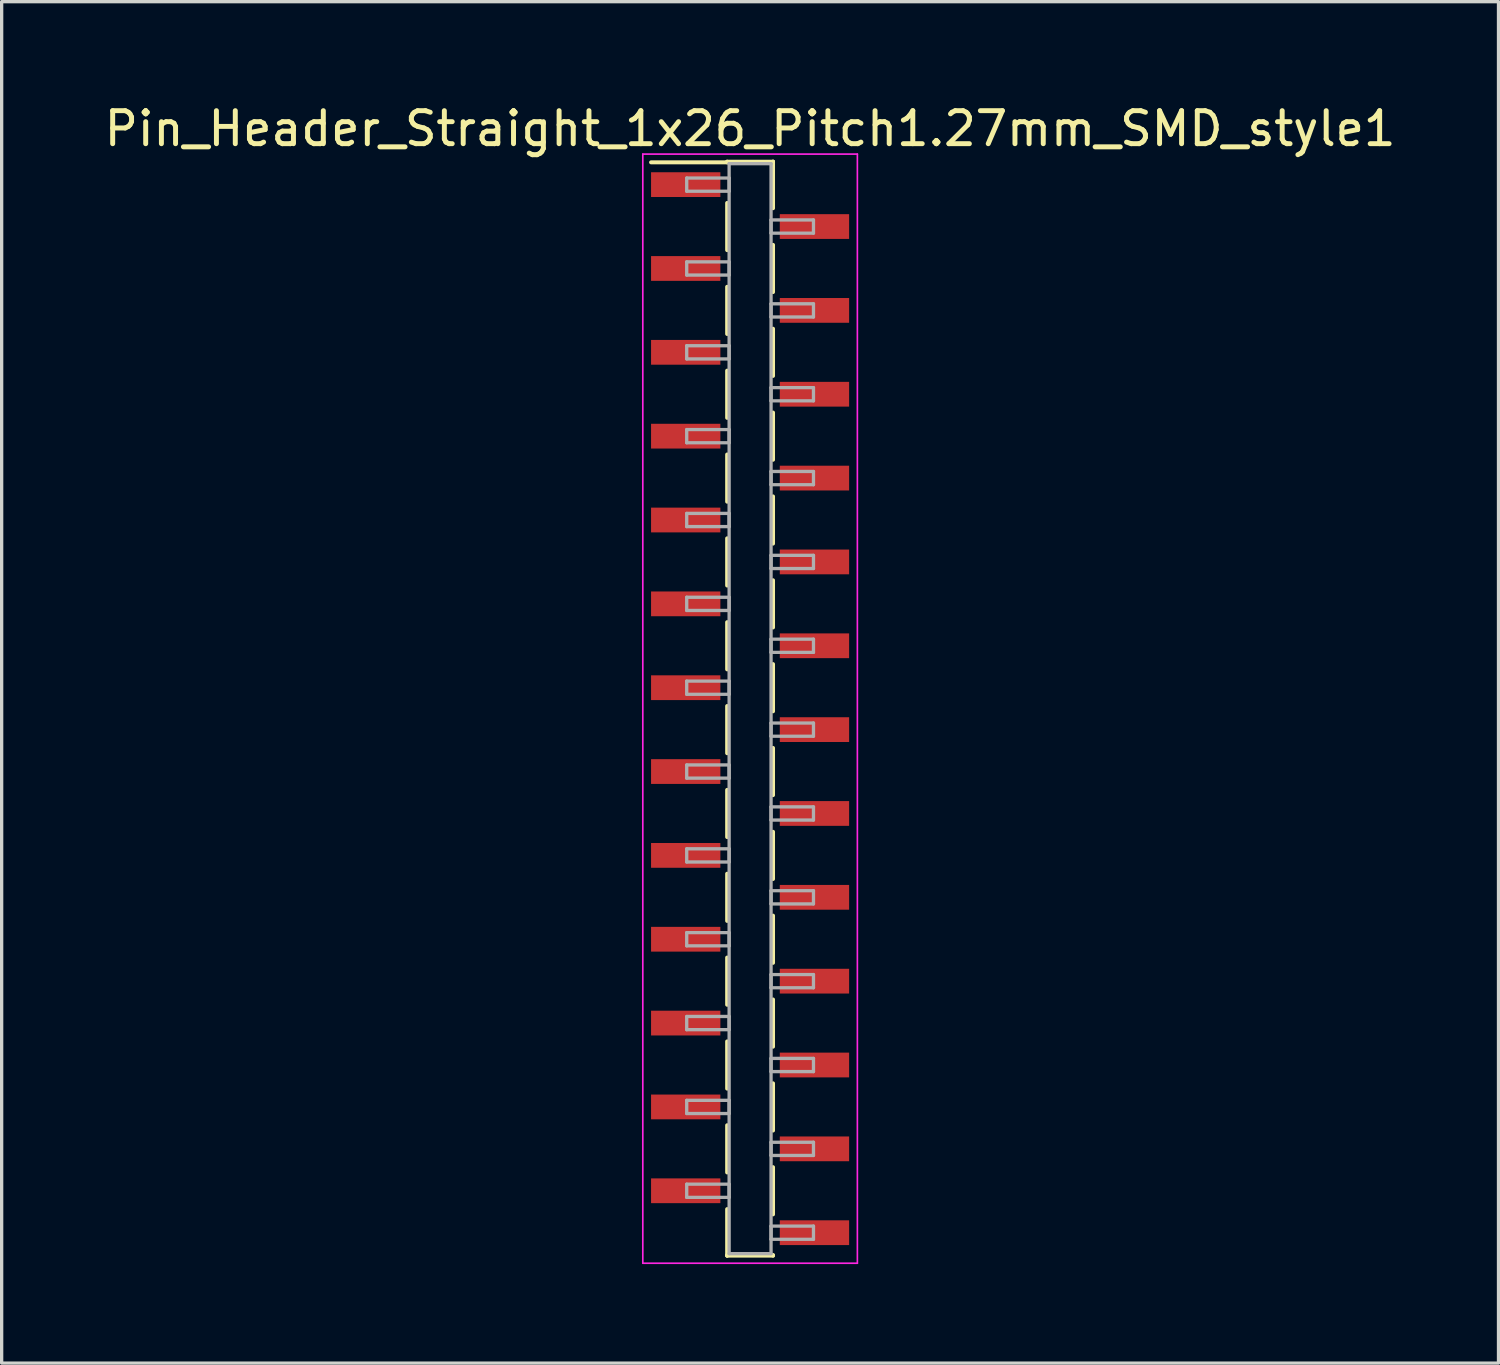
<source format=kicad_pcb>
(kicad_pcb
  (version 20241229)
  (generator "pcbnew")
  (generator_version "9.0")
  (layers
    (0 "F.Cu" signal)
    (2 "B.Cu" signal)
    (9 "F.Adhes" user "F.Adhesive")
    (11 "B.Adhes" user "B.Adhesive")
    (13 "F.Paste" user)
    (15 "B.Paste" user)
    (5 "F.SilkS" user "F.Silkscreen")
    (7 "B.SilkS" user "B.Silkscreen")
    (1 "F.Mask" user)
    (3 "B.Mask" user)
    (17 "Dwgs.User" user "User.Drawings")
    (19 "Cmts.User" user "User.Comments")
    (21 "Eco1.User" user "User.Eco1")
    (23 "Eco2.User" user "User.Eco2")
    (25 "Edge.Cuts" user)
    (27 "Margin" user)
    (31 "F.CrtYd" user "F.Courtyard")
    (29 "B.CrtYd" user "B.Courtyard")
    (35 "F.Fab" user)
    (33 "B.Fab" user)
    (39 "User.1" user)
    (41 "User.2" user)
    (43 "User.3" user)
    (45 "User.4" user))
  (footprint "Pin_Header_Straight_1x26_Pitch1.27mm_SMD_style1"
    (layer "F.Cu")
    (at 19.673 18.418)
    (property "Reference" "Pin_Header_Straight_1x26_Pitch1.27mm_SMD_style1" (at 0 -17.57 0) (layer "F.SilkS") (effects (font (size 1 1) (thickness 0.15))))
    (attr smd)
    (fp_line (start -0.695 -16.57) (end 0.695 -16.57) (stroke (width 0.12) (type solid)) (layer "F.SilkS"))
    (fp_line (start -0.695 -16.55) (end -3 -16.55) (stroke (width 0.12) (type solid)) (layer "F.SilkS"))
    (fp_line (start -0.695 -16.55) (end -0.695 -16.57) (stroke (width 0.12) (type solid)) (layer "F.SilkS"))
    (fp_line (start -0.695 -15.32) (end -0.695 -13.89) (stroke (width 0.12) (type solid)) (layer "F.SilkS"))
    (fp_line (start -0.695 -12.78) (end -0.695 -11.35) (stroke (width 0.12) (type solid)) (layer "F.SilkS"))
    (fp_line (start -0.695 -10.24) (end -0.695 -8.81) (stroke (width 0.12) (type solid)) (layer "F.SilkS"))
    (fp_line (start -0.695 -7.7) (end -0.695 -6.27) (stroke (width 0.12) (type solid)) (layer "F.SilkS"))
    (fp_line (start -0.695 -5.16) (end -0.695 -3.73) (stroke (width 0.12) (type solid)) (layer "F.SilkS"))
    (fp_line (start -0.695 -2.62) (end -0.695 -1.19) (stroke (width 0.12) (type solid)) (layer "F.SilkS"))
    (fp_line (start -0.695 -0.08) (end -0.695 1.35) (stroke (width 0.12) (type solid)) (layer "F.SilkS"))
    (fp_line (start -0.695 2.46) (end -0.695 3.89) (stroke (width 0.12) (type solid)) (layer "F.SilkS"))
    (fp_line (start -0.695 5) (end -0.695 6.43) (stroke (width 0.12) (type solid)) (layer "F.SilkS"))
    (fp_line (start -0.695 7.54) (end -0.695 8.97) (stroke (width 0.12) (type solid)) (layer "F.SilkS"))
    (fp_line (start -0.695 10.08) (end -0.695 11.51) (stroke (width 0.12) (type solid)) (layer "F.SilkS"))
    (fp_line (start -0.695 12.62) (end -0.695 14.05) (stroke (width 0.12) (type solid)) (layer "F.SilkS"))
    (fp_line (start -0.695 15.16) (end -0.695 16.57) (stroke (width 0.12) (type solid)) (layer "F.SilkS"))
    (fp_line (start -0.695 16.55) (end -0.695 16.57) (stroke (width 0.12) (type solid)) (layer "F.SilkS"))
    (fp_line (start -0.695 16.57) (end 0.695 16.57) (stroke (width 0.12) (type solid)) (layer "F.SilkS"))
    (fp_line (start 0.695 -16.57) (end 0.695 -16.55) (stroke (width 0.12) (type solid)) (layer "F.SilkS"))
    (fp_line (start 0.695 -16.57) (end 0.695 -15.16) (stroke (width 0.12) (type solid)) (layer "F.SilkS"))
    (fp_line (start 0.695 -14.05) (end 0.695 -12.62) (stroke (width 0.12) (type solid)) (layer "F.SilkS"))
    (fp_line (start 0.695 -11.51) (end 0.695 -10.08) (stroke (width 0.12) (type solid)) (layer "F.SilkS"))
    (fp_line (start 0.695 -8.97) (end 0.695 -7.54) (stroke (width 0.12) (type solid)) (layer "F.SilkS"))
    (fp_line (start 0.695 -6.43) (end 0.695 -5) (stroke (width 0.12) (type solid)) (layer "F.SilkS"))
    (fp_line (start 0.695 -3.89) (end 0.695 -2.46) (stroke (width 0.12) (type solid)) (layer "F.SilkS"))
    (fp_line (start 0.695 -1.35) (end 0.695 0.08) (stroke (width 0.12) (type solid)) (layer "F.SilkS"))
    (fp_line (start 0.695 1.19) (end 0.695 2.62) (stroke (width 0.12) (type solid)) (layer "F.SilkS"))
    (fp_line (start 0.695 3.73) (end 0.695 5.16) (stroke (width 0.12) (type solid)) (layer "F.SilkS"))
    (fp_line (start 0.695 6.27) (end 0.695 7.7) (stroke (width 0.12) (type solid)) (layer "F.SilkS"))
    (fp_line (start 0.695 8.81) (end 0.695 10.24) (stroke (width 0.12) (type solid)) (layer "F.SilkS"))
    (fp_line (start 0.695 11.35) (end 0.695 12.78) (stroke (width 0.12) (type solid)) (layer "F.SilkS"))
    (fp_line (start 0.695 13.89) (end 0.695 15.32) (stroke (width 0.12) (type solid)) (layer "F.SilkS"))
    (fp_line (start 0.695 16.57) (end 0.695 16.55) (stroke (width 0.12) (type solid)) (layer "F.SilkS"))
    (fp_line (start -3.25 -16.8) (end -3.25 16.8) (stroke (width 0.05) (type solid)) (layer "F.CrtYd"))
    (fp_line (start -3.25 16.8) (end 3.25 16.8) (stroke (width 0.05) (type solid)) (layer "F.CrtYd"))
    (fp_line (start 3.25 -16.8) (end -3.25 -16.8) (stroke (width 0.05) (type solid)) (layer "F.CrtYd"))
    (fp_line (start 3.25 16.8) (end 3.25 -16.8) (stroke (width 0.05) (type solid)) (layer "F.CrtYd"))
    (fp_line (start -1.92 -16.075) (end -0.635 -16.075) (stroke (width 0.1) (type solid)) (layer "F.Fab"))
    (fp_line (start -1.92 -15.675) (end -1.92 -16.075) (stroke (width 0.1) (type solid)) (layer "F.Fab"))
    (fp_line (start -1.92 -13.535) (end -0.635 -13.535) (stroke (width 0.1) (type solid)) (layer "F.Fab"))
    (fp_line (start -1.92 -13.135) (end -1.92 -13.535) (stroke (width 0.1) (type solid)) (layer "F.Fab"))
    (fp_line (start -1.92 -10.995) (end -0.635 -10.995) (stroke (width 0.1) (type solid)) (layer "F.Fab"))
    (fp_line (start -1.92 -10.595) (end -1.92 -10.995) (stroke (width 0.1) (type solid)) (layer "F.Fab"))
    (fp_line (start -1.92 -8.455) (end -0.635 -8.455) (stroke (width 0.1) (type solid)) (layer "F.Fab"))
    (fp_line (start -1.92 -8.055) (end -1.92 -8.455) (stroke (width 0.1) (type solid)) (layer "F.Fab"))
    (fp_line (start -1.92 -5.915) (end -0.635 -5.915) (stroke (width 0.1) (type solid)) (layer "F.Fab"))
    (fp_line (start -1.92 -5.515) (end -1.92 -5.915) (stroke (width 0.1) (type solid)) (layer "F.Fab"))
    (fp_line (start -1.92 -3.375) (end -0.635 -3.375) (stroke (width 0.1) (type solid)) (layer "F.Fab"))
    (fp_line (start -1.92 -2.975) (end -1.92 -3.375) (stroke (width 0.1) (type solid)) (layer "F.Fab"))
    (fp_line (start -1.92 -0.835) (end -0.635 -0.835) (stroke (width 0.1) (type solid)) (layer "F.Fab"))
    (fp_line (start -1.92 -0.435) (end -1.92 -0.835) (stroke (width 0.1) (type solid)) (layer "F.Fab"))
    (fp_line (start -1.92 1.705) (end -0.635 1.705) (stroke (width 0.1) (type solid)) (layer "F.Fab"))
    (fp_line (start -1.92 2.105) (end -1.92 1.705) (stroke (width 0.1) (type solid)) (layer "F.Fab"))
    (fp_line (start -1.92 4.245) (end -0.635 4.245) (stroke (width 0.1) (type solid)) (layer "F.Fab"))
    (fp_line (start -1.92 4.645) (end -1.92 4.245) (stroke (width 0.1) (type solid)) (layer "F.Fab"))
    (fp_line (start -1.92 6.785) (end -0.635 6.785) (stroke (width 0.1) (type solid)) (layer "F.Fab"))
    (fp_line (start -1.92 7.185) (end -1.92 6.785) (stroke (width 0.1) (type solid)) (layer "F.Fab"))
    (fp_line (start -1.92 9.325) (end -0.635 9.325) (stroke (width 0.1) (type solid)) (layer "F.Fab"))
    (fp_line (start -1.92 9.725) (end -1.92 9.325) (stroke (width 0.1) (type solid)) (layer "F.Fab"))
    (fp_line (start -1.92 11.865) (end -0.635 11.865) (stroke (width 0.1) (type solid)) (layer "F.Fab"))
    (fp_line (start -1.92 12.265) (end -1.92 11.865) (stroke (width 0.1) (type solid)) (layer "F.Fab"))
    (fp_line (start -1.92 14.405) (end -0.635 14.405) (stroke (width 0.1) (type solid)) (layer "F.Fab"))
    (fp_line (start -1.92 14.805) (end -1.92 14.405) (stroke (width 0.1) (type solid)) (layer "F.Fab"))
    (fp_line (start -0.635 -16.51) (end -0.635 16.51) (stroke (width 0.1) (type solid)) (layer "F.Fab"))
    (fp_line (start -0.635 -16.075) (end -0.635 -15.675) (stroke (width 0.1) (type solid)) (layer "F.Fab"))
    (fp_line (start -0.635 -15.675) (end -1.92 -15.675) (stroke (width 0.1) (type solid)) (layer "F.Fab"))
    (fp_line (start -0.635 -13.535) (end -0.635 -13.135) (stroke (width 0.1) (type solid)) (layer "F.Fab"))
    (fp_line (start -0.635 -13.135) (end -1.92 -13.135) (stroke (width 0.1) (type solid)) (layer "F.Fab"))
    (fp_line (start -0.635 -10.995) (end -0.635 -10.595) (stroke (width 0.1) (type solid)) (layer "F.Fab"))
    (fp_line (start -0.635 -10.595) (end -1.92 -10.595) (stroke (width 0.1) (type solid)) (layer "F.Fab"))
    (fp_line (start -0.635 -8.455) (end -0.635 -8.055) (stroke (width 0.1) (type solid)) (layer "F.Fab"))
    (fp_line (start -0.635 -8.055) (end -1.92 -8.055) (stroke (width 0.1) (type solid)) (layer "F.Fab"))
    (fp_line (start -0.635 -5.915) (end -0.635 -5.515) (stroke (width 0.1) (type solid)) (layer "F.Fab"))
    (fp_line (start -0.635 -5.515) (end -1.92 -5.515) (stroke (width 0.1) (type solid)) (layer "F.Fab"))
    (fp_line (start -0.635 -3.375) (end -0.635 -2.975) (stroke (width 0.1) (type solid)) (layer "F.Fab"))
    (fp_line (start -0.635 -2.975) (end -1.92 -2.975) (stroke (width 0.1) (type solid)) (layer "F.Fab"))
    (fp_line (start -0.635 -0.835) (end -0.635 -0.435) (stroke (width 0.1) (type solid)) (layer "F.Fab"))
    (fp_line (start -0.635 -0.435) (end -1.92 -0.435) (stroke (width 0.1) (type solid)) (layer "F.Fab"))
    (fp_line (start -0.635 1.705) (end -0.635 2.105) (stroke (width 0.1) (type solid)) (layer "F.Fab"))
    (fp_line (start -0.635 2.105) (end -1.92 2.105) (stroke (width 0.1) (type solid)) (layer "F.Fab"))
    (fp_line (start -0.635 4.245) (end -0.635 4.645) (stroke (width 0.1) (type solid)) (layer "F.Fab"))
    (fp_line (start -0.635 4.645) (end -1.92 4.645) (stroke (width 0.1) (type solid)) (layer "F.Fab"))
    (fp_line (start -0.635 6.785) (end -0.635 7.185) (stroke (width 0.1) (type solid)) (layer "F.Fab"))
    (fp_line (start -0.635 7.185) (end -1.92 7.185) (stroke (width 0.1) (type solid)) (layer "F.Fab"))
    (fp_line (start -0.635 9.325) (end -0.635 9.725) (stroke (width 0.1) (type solid)) (layer "F.Fab"))
    (fp_line (start -0.635 9.725) (end -1.92 9.725) (stroke (width 0.1) (type solid)) (layer "F.Fab"))
    (fp_line (start -0.635 11.865) (end -0.635 12.265) (stroke (width 0.1) (type solid)) (layer "F.Fab"))
    (fp_line (start -0.635 12.265) (end -1.92 12.265) (stroke (width 0.1) (type solid)) (layer "F.Fab"))
    (fp_line (start -0.635 14.405) (end -0.635 14.805) (stroke (width 0.1) (type solid)) (layer "F.Fab"))
    (fp_line (start -0.635 14.805) (end -1.92 14.805) (stroke (width 0.1) (type solid)) (layer "F.Fab"))
    (fp_line (start -0.635 16.51) (end 0.635 16.51) (stroke (width 0.1) (type solid)) (layer "F.Fab"))
    (fp_line (start 0.635 -16.51) (end -0.635 -16.51) (stroke (width 0.1) (type solid)) (layer "F.Fab"))
    (fp_line (start 0.635 -14.805) (end 0.635 -14.405) (stroke (width 0.1) (type solid)) (layer "F.Fab"))
    (fp_line (start 0.635 -14.405) (end 1.92 -14.405) (stroke (width 0.1) (type solid)) (layer "F.Fab"))
    (fp_line (start 0.635 -12.265) (end 0.635 -11.865) (stroke (width 0.1) (type solid)) (layer "F.Fab"))
    (fp_line (start 0.635 -11.865) (end 1.92 -11.865) (stroke (width 0.1) (type solid)) (layer "F.Fab"))
    (fp_line (start 0.635 -9.725) (end 0.635 -9.325) (stroke (width 0.1) (type solid)) (layer "F.Fab"))
    (fp_line (start 0.635 -9.325) (end 1.92 -9.325) (stroke (width 0.1) (type solid)) (layer "F.Fab"))
    (fp_line (start 0.635 -7.185) (end 0.635 -6.785) (stroke (width 0.1) (type solid)) (layer "F.Fab"))
    (fp_line (start 0.635 -6.785) (end 1.92 -6.785) (stroke (width 0.1) (type solid)) (layer "F.Fab"))
    (fp_line (start 0.635 -4.645) (end 0.635 -4.245) (stroke (width 0.1) (type solid)) (layer "F.Fab"))
    (fp_line (start 0.635 -4.245) (end 1.92 -4.245) (stroke (width 0.1) (type solid)) (layer "F.Fab"))
    (fp_line (start 0.635 -2.105) (end 0.635 -1.705) (stroke (width 0.1) (type solid)) (layer "F.Fab"))
    (fp_line (start 0.635 -1.705) (end 1.92 -1.705) (stroke (width 0.1) (type solid)) (layer "F.Fab"))
    (fp_line (start 0.635 0.435) (end 0.635 0.835) (stroke (width 0.1) (type solid)) (layer "F.Fab"))
    (fp_line (start 0.635 0.835) (end 1.92 0.835) (stroke (width 0.1) (type solid)) (layer "F.Fab"))
    (fp_line (start 0.635 2.975) (end 0.635 3.375) (stroke (width 0.1) (type solid)) (layer "F.Fab"))
    (fp_line (start 0.635 3.375) (end 1.92 3.375) (stroke (width 0.1) (type solid)) (layer "F.Fab"))
    (fp_line (start 0.635 5.515) (end 0.635 5.915) (stroke (width 0.1) (type solid)) (layer "F.Fab"))
    (fp_line (start 0.635 5.915) (end 1.92 5.915) (stroke (width 0.1) (type solid)) (layer "F.Fab"))
    (fp_line (start 0.635 8.055) (end 0.635 8.455) (stroke (width 0.1) (type solid)) (layer "F.Fab"))
    (fp_line (start 0.635 8.455) (end 1.92 8.455) (stroke (width 0.1) (type solid)) (layer "F.Fab"))
    (fp_line (start 0.635 10.595) (end 0.635 10.995) (stroke (width 0.1) (type solid)) (layer "F.Fab"))
    (fp_line (start 0.635 10.995) (end 1.92 10.995) (stroke (width 0.1) (type solid)) (layer "F.Fab"))
    (fp_line (start 0.635 13.135) (end 0.635 13.535) (stroke (width 0.1) (type solid)) (layer "F.Fab"))
    (fp_line (start 0.635 13.535) (end 1.92 13.535) (stroke (width 0.1) (type solid)) (layer "F.Fab"))
    (fp_line (start 0.635 15.675) (end 0.635 16.075) (stroke (width 0.1) (type solid)) (layer "F.Fab"))
    (fp_line (start 0.635 16.075) (end 1.92 16.075) (stroke (width 0.1) (type solid)) (layer "F.Fab"))
    (fp_line (start 0.635 16.51) (end 0.635 -16.51) (stroke (width 0.1) (type solid)) (layer "F.Fab"))
    (fp_line (start 1.92 -14.805) (end 0.635 -14.805) (stroke (width 0.1) (type solid)) (layer "F.Fab"))
    (fp_line (start 1.92 -14.405) (end 1.92 -14.805) (stroke (width 0.1) (type solid)) (layer "F.Fab"))
    (fp_line (start 1.92 -12.265) (end 0.635 -12.265) (stroke (width 0.1) (type solid)) (layer "F.Fab"))
    (fp_line (start 1.92 -11.865) (end 1.92 -12.265) (stroke (width 0.1) (type solid)) (layer "F.Fab"))
    (fp_line (start 1.92 -9.725) (end 0.635 -9.725) (stroke (width 0.1) (type solid)) (layer "F.Fab"))
    (fp_line (start 1.92 -9.325) (end 1.92 -9.725) (stroke (width 0.1) (type solid)) (layer "F.Fab"))
    (fp_line (start 1.92 -7.185) (end 0.635 -7.185) (stroke (width 0.1) (type solid)) (layer "F.Fab"))
    (fp_line (start 1.92 -6.785) (end 1.92 -7.185) (stroke (width 0.1) (type solid)) (layer "F.Fab"))
    (fp_line (start 1.92 -4.645) (end 0.635 -4.645) (stroke (width 0.1) (type solid)) (layer "F.Fab"))
    (fp_line (start 1.92 -4.245) (end 1.92 -4.645) (stroke (width 0.1) (type solid)) (layer "F.Fab"))
    (fp_line (start 1.92 -2.105) (end 0.635 -2.105) (stroke (width 0.1) (type solid)) (layer "F.Fab"))
    (fp_line (start 1.92 -1.705) (end 1.92 -2.105) (stroke (width 0.1) (type solid)) (layer "F.Fab"))
    (fp_line (start 1.92 0.435) (end 0.635 0.435) (stroke (width 0.1) (type solid)) (layer "F.Fab"))
    (fp_line (start 1.92 0.835) (end 1.92 0.435) (stroke (width 0.1) (type solid)) (layer "F.Fab"))
    (fp_line (start 1.92 2.975) (end 0.635 2.975) (stroke (width 0.1) (type solid)) (layer "F.Fab"))
    (fp_line (start 1.92 3.375) (end 1.92 2.975) (stroke (width 0.1) (type solid)) (layer "F.Fab"))
    (fp_line (start 1.92 5.515) (end 0.635 5.515) (stroke (width 0.1) (type solid)) (layer "F.Fab"))
    (fp_line (start 1.92 5.915) (end 1.92 5.515) (stroke (width 0.1) (type solid)) (layer "F.Fab"))
    (fp_line (start 1.92 8.055) (end 0.635 8.055) (stroke (width 0.1) (type solid)) (layer "F.Fab"))
    (fp_line (start 1.92 8.455) (end 1.92 8.055) (stroke (width 0.1) (type solid)) (layer "F.Fab"))
    (fp_line (start 1.92 10.595) (end 0.635 10.595) (stroke (width 0.1) (type solid)) (layer "F.Fab"))
    (fp_line (start 1.92 10.995) (end 1.92 10.595) (stroke (width 0.1) (type solid)) (layer "F.Fab"))
    (fp_line (start 1.92 13.135) (end 0.635 13.135) (stroke (width 0.1) (type solid)) (layer "F.Fab"))
    (fp_line (start 1.92 13.535) (end 1.92 13.135) (stroke (width 0.1) (type solid)) (layer "F.Fab"))
    (fp_line (start 1.92 15.675) (end 0.635 15.675) (stroke (width 0.1) (type solid)) (layer "F.Fab"))
    (fp_line (start 1.92 16.075) (end 1.92 15.675) (stroke (width 0.1) (type solid)) (layer "F.Fab"))
    (pad "1" smd rect (at -1.95 -15.875) (size 2.1 0.75) (layers "F.Cu" "F.Mask"))
    (pad "2" smd rect (at 1.95 -14.605) (size 2.1 0.75) (layers "F.Cu" "F.Mask"))
    (pad "3" smd rect (at -1.95 -13.335) (size 2.1 0.75) (layers "F.Cu" "F.Mask"))
    (pad "4" smd rect (at 1.95 -12.065) (size 2.1 0.75) (layers "F.Cu" "F.Mask"))
    (pad "5" smd rect (at -1.95 -10.795) (size 2.1 0.75) (layers "F.Cu" "F.Mask"))
    (pad "6" smd rect (at 1.95 -9.525) (size 2.1 0.75) (layers "F.Cu" "F.Mask"))
    (pad "7" smd rect (at -1.95 -8.255) (size 2.1 0.75) (layers "F.Cu" "F.Mask"))
    (pad "8" smd rect (at 1.95 -6.985) (size 2.1 0.75) (layers "F.Cu" "F.Mask"))
    (pad "9" smd rect (at -1.95 -5.715) (size 2.1 0.75) (layers "F.Cu" "F.Mask"))
    (pad "10" smd rect (at 1.95 -4.445) (size 2.1 0.75) (layers "F.Cu" "F.Mask"))
    (pad "11" smd rect (at -1.95 -3.175) (size 2.1 0.75) (layers "F.Cu" "F.Mask"))
    (pad "12" smd rect (at 1.95 -1.905) (size 2.1 0.75) (layers "F.Cu" "F.Mask"))
    (pad "13" smd rect (at -1.95 -0.635) (size 2.1 0.75) (layers "F.Cu" "F.Mask"))
    (pad "14" smd rect (at 1.95 0.635) (size 2.1 0.75) (layers "F.Cu" "F.Mask"))
    (pad "15" smd rect (at -1.95 1.905) (size 2.1 0.75) (layers "F.Cu" "F.Mask"))
    (pad "16" smd rect (at 1.95 3.175) (size 2.1 0.75) (layers "F.Cu" "F.Mask"))
    (pad "17" smd rect (at -1.95 4.445) (size 2.1 0.75) (layers "F.Cu" "F.Mask"))
    (pad "18" smd rect (at 1.95 5.715) (size 2.1 0.75) (layers "F.Cu" "F.Mask"))
    (pad "19" smd rect (at -1.95 6.985) (size 2.1 0.75) (layers "F.Cu" "F.Mask"))
    (pad "20" smd rect (at 1.95 8.255) (size 2.1 0.75) (layers "F.Cu" "F.Mask"))
    (pad "21" smd rect (at -1.95 9.525) (size 2.1 0.75) (layers "F.Cu" "F.Mask"))
    (pad "22" smd rect (at 1.95 10.795) (size 2.1 0.75) (layers "F.Cu" "F.Mask"))
    (pad "23" smd rect (at -1.95 12.065) (size 2.1 0.75) (layers "F.Cu" "F.Mask"))
    (pad "24" smd rect (at 1.95 13.335) (size 2.1 0.75) (layers "F.Cu" "F.Mask"))
    (pad "25" smd rect (at -1.95 14.605) (size 2.1 0.75) (layers "F.Cu" "F.Mask"))
    (pad "26" smd rect (at 1.95 15.875) (size 2.1 0.75) (layers "F.Cu" "F.Mask")))
  (gr_rect
    (start -3 -3)
    (end 42.345 38.243)
    (stroke (width 0.1) (type default))
    (fill no)
    (layer "Edge.Cuts")))
</source>
